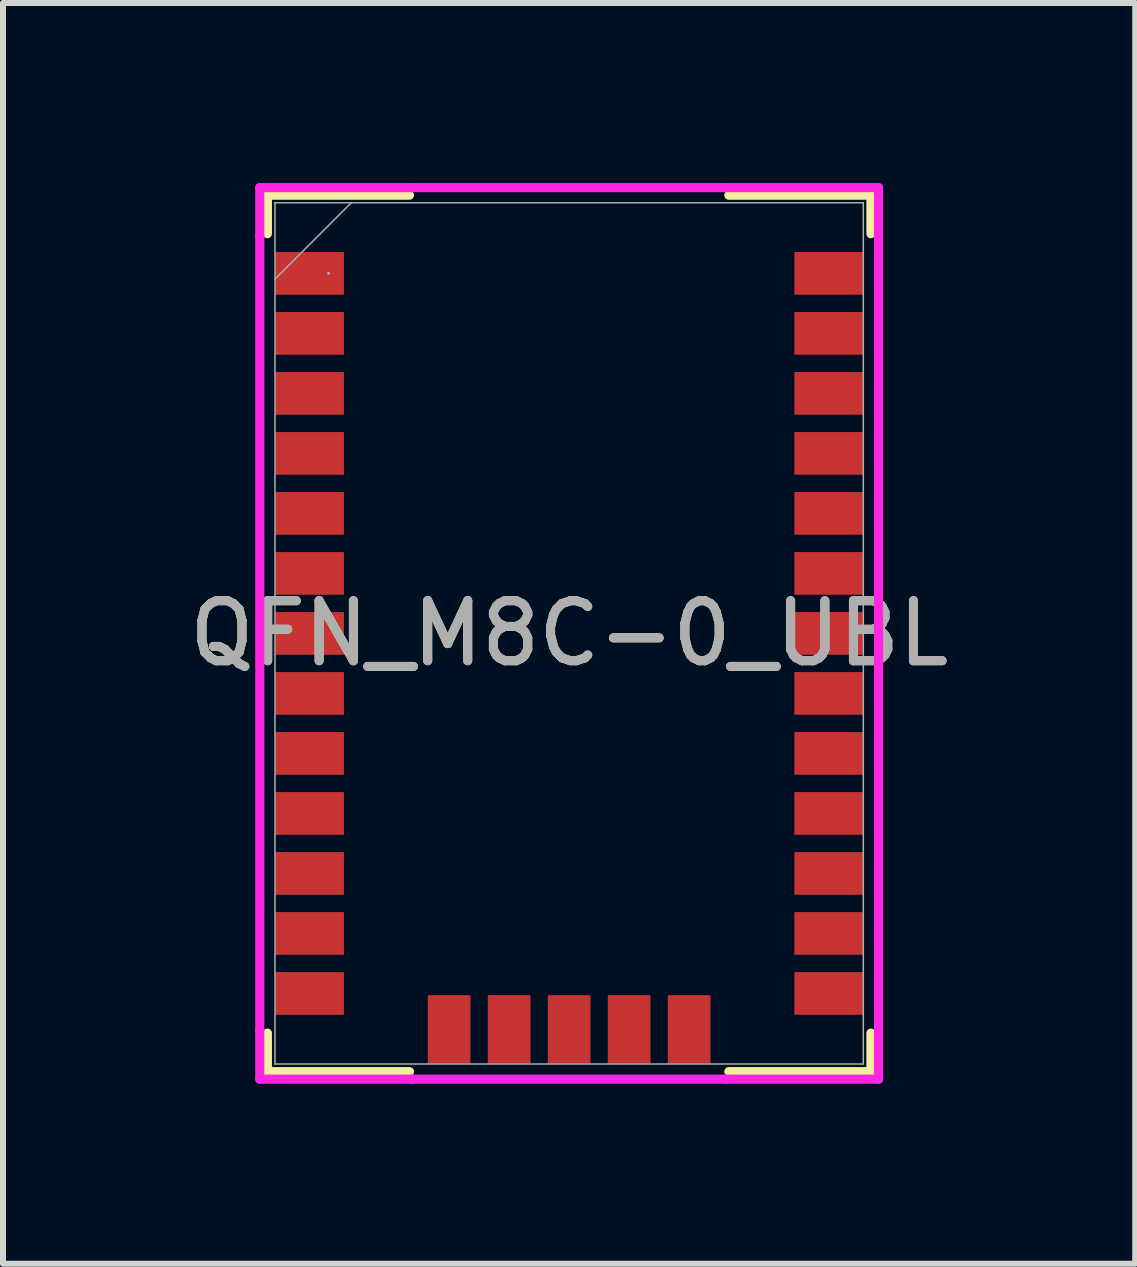
<source format=kicad_pcb>
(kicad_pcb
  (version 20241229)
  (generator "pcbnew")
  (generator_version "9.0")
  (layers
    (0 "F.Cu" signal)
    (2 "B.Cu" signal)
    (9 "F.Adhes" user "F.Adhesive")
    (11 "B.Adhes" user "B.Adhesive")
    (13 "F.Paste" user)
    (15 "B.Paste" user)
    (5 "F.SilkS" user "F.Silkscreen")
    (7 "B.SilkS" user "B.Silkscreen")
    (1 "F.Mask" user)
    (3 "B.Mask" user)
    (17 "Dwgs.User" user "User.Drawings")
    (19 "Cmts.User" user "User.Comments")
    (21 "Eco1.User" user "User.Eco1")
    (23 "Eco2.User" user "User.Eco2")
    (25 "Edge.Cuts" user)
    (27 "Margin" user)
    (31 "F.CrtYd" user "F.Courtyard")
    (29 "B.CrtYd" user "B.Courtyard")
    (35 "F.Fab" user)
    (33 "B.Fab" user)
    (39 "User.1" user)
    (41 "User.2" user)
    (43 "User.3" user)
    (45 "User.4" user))
  (footprint "QFN_M8C-0_UBL"
    (layer "F.Cu")
    (at 6.435 7.506)
    (property "Reference" "QFN_M8C-0_UBL" (at 0 0 0) (unlocked yes) (layer "F.SilkS") (effects (font (size 1 1) (thickness 0.15))))
    (attr smd)
    (fp_line (start -5.029 -7.303) (end -5.029 -6.661) (stroke (width 0.152) (type solid)) (layer "F.SilkS"))
    (fp_line (start -5.029 6.661) (end -5.029 7.303) (stroke (width 0.152) (type solid)) (layer "F.SilkS"))
    (fp_line (start -5.029 7.303) (end -2.661 7.303) (stroke (width 0.152) (type solid)) (layer "F.SilkS"))
    (fp_line (start -2.661 -7.303) (end -5.029 -7.303) (stroke (width 0.152) (type solid)) (layer "F.SilkS"))
    (fp_line (start 2.661 7.303) (end 5.029 7.303) (stroke (width 0.152) (type solid)) (layer "F.SilkS"))
    (fp_line (start 5.029 -7.303) (end 2.661 -7.303) (stroke (width 0.152) (type solid)) (layer "F.SilkS"))
    (fp_line (start 5.029 -6.661) (end 5.029 -7.303) (stroke (width 0.152) (type solid)) (layer "F.SilkS"))
    (fp_line (start 5.029 7.303) (end 5.029 6.661) (stroke (width 0.152) (type solid)) (layer "F.SilkS"))
    (fp_line (start -5.156 -7.429) (end -2.61 -7.429) (stroke (width 0.152) (type solid)) (layer "F.CrtYd"))
    (fp_line (start -5.156 -6.61) (end -5.156 -7.429) (stroke (width 0.152) (type solid)) (layer "F.CrtYd"))
    (fp_line (start -5.156 -6.61) (end -5.156 -6.61) (stroke (width 0.152) (type solid)) (layer "F.CrtYd"))
    (fp_line (start -5.156 6.61) (end -5.156 -6.61) (stroke (width 0.152) (type solid)) (layer "F.CrtYd"))
    (fp_line (start -5.156 6.61) (end -5.156 6.61) (stroke (width 0.152) (type solid)) (layer "F.CrtYd"))
    (fp_line (start -5.156 7.429) (end -5.156 6.61) (stroke (width 0.152) (type solid)) (layer "F.CrtYd"))
    (fp_line (start -2.61 -7.429) (end -2.61 -7.429) (stroke (width 0.152) (type solid)) (layer "F.CrtYd"))
    (fp_line (start -2.61 -7.429) (end 2.61 -7.429) (stroke (width 0.152) (type solid)) (layer "F.CrtYd"))
    (fp_line (start -2.61 7.429) (end -5.156 7.429) (stroke (width 0.152) (type solid)) (layer "F.CrtYd"))
    (fp_line (start -2.61 7.429) (end -2.61 7.429) (stroke (width 0.152) (type solid)) (layer "F.CrtYd"))
    (fp_line (start 2.61 -7.429) (end 2.61 -7.429) (stroke (width 0.152) (type solid)) (layer "F.CrtYd"))
    (fp_line (start 2.61 -7.429) (end 5.156 -7.429) (stroke (width 0.152) (type solid)) (layer "F.CrtYd"))
    (fp_line (start 2.61 7.429) (end -2.61 7.429) (stroke (width 0.152) (type solid)) (layer "F.CrtYd"))
    (fp_line (start 2.61 7.429) (end 2.61 7.429) (stroke (width 0.152) (type solid)) (layer "F.CrtYd"))
    (fp_line (start 5.156 -7.429) (end 5.156 -6.61) (stroke (width 0.152) (type solid)) (layer "F.CrtYd"))
    (fp_line (start 5.156 -6.61) (end 5.156 -6.61) (stroke (width 0.152) (type solid)) (layer "F.CrtYd"))
    (fp_line (start 5.156 -6.61) (end 5.156 6.61) (stroke (width 0.152) (type solid)) (layer "F.CrtYd"))
    (fp_line (start 5.156 6.61) (end 5.156 6.61) (stroke (width 0.152) (type solid)) (layer "F.CrtYd"))
    (fp_line (start 5.156 6.61) (end 5.156 7.429) (stroke (width 0.152) (type solid)) (layer "F.CrtYd"))
    (fp_line (start 5.156 7.429) (end 2.61 7.429) (stroke (width 0.152) (type solid)) (layer "F.CrtYd"))
    (fp_line (start -4.902 -7.176) (end -4.902 7.176) (stroke (width 0.025) (type solid)) (layer "F.Fab"))
    (fp_line (start -4.902 -5.905) (end -3.632 -7.176) (stroke (width 0.025) (type solid)) (layer "F.Fab"))
    (fp_line (start -4.902 7.176) (end 4.902 7.176) (stroke (width 0.025) (type solid)) (layer "F.Fab"))
    (fp_line (start 4.902 -7.176) (end -4.902 -7.176) (stroke (width 0.025) (type solid)) (layer "F.Fab"))
    (fp_line (start 4.902 7.176) (end 4.902 -7.176) (stroke (width 0.025) (type solid)) (layer "F.Fab"))
    (fp_circle (center -4.008 -6) (end -4.008 -6) (stroke (width 0.025) (type solid)) (fill no) (layer "F.Fab"))
    (fp_text user "${REFERENCE}" (at 0 0 0) (unlocked yes) (layer "F.Fab") (effects (font (size 1 1) (thickness 0.15))))
    (pad "1" smd rect (at 4.325 6) (size 1.143 0.711) (layers "F.Cu" "F.Mask" "F.Paste"))
    (pad "2" smd rect (at 4.325 5) (size 1.143 0.711) (layers "F.Cu" "F.Mask" "F.Paste"))
    (pad "3" smd rect (at 4.325 4) (size 1.143 0.711) (layers "F.Cu" "F.Mask" "F.Paste"))
    (pad "4" smd rect (at 4.325 3) (size 1.143 0.711) (layers "F.Cu" "F.Mask" "F.Paste"))
    (pad "5" smd rect (at 4.325 2) (size 1.143 0.711) (layers "F.Cu" "F.Mask" "F.Paste"))
    (pad "6" smd rect (at 4.325 1) (size 1.143 0.711) (layers "F.Cu" "F.Mask" "F.Paste"))
    (pad "7" smd rect (at 4.325 0) (size 1.143 0.711) (layers "F.Cu" "F.Mask" "F.Paste"))
    (pad "8" smd rect (at 4.325 -1) (size 1.143 0.711) (layers "F.Cu" "F.Mask" "F.Paste"))
    (pad "9" smd rect (at 4.325 -2) (size 1.143 0.711) (layers "F.Cu" "F.Mask" "F.Paste"))
    (pad "10" smd rect (at 4.325 -3) (size 1.143 0.711) (layers "F.Cu" "F.Mask" "F.Paste"))
    (pad "11" smd rect (at 4.325 -4) (size 1.143 0.711) (layers "F.Cu" "F.Mask" "F.Paste"))
    (pad "12" smd rect (at 4.325 -5) (size 1.143 0.711) (layers "F.Cu" "F.Mask" "F.Paste"))
    (pad "13" smd rect (at 4.325 -6) (size 1.143 0.711) (layers "F.Cu" "F.Mask" "F.Paste"))
    (pad "14" smd rect (at -4.325 -6) (size 1.143 0.711) (layers "F.Cu" "F.Mask" "F.Paste"))
    (pad "15" smd rect (at -4.325 -5) (size 1.143 0.711) (layers "F.Cu" "F.Mask" "F.Paste"))
    (pad "16" smd rect (at -4.325 -4) (size 1.143 0.711) (layers "F.Cu" "F.Mask" "F.Paste"))
    (pad "17" smd rect (at -4.325 -3) (size 1.143 0.711) (layers "F.Cu" "F.Mask" "F.Paste"))
    (pad "18" smd rect (at -4.325 -2) (size 1.143 0.711) (layers "F.Cu" "F.Mask" "F.Paste"))
    (pad "19" smd rect (at -4.325 -1) (size 1.143 0.711) (layers "F.Cu" "F.Mask" "F.Paste"))
    (pad "20" smd rect (at -4.325 0) (size 1.143 0.711) (layers "F.Cu" "F.Mask" "F.Paste"))
    (pad "21" smd rect (at -4.325 1) (size 1.143 0.711) (layers "F.Cu" "F.Mask" "F.Paste"))
    (pad "22" smd rect (at -4.325 2) (size 1.143 0.711) (layers "F.Cu" "F.Mask" "F.Paste"))
    (pad "23" smd rect (at -4.325 3) (size 1.143 0.711) (layers "F.Cu" "F.Mask" "F.Paste"))
    (pad "24" smd rect (at -4.325 4) (size 1.143 0.711) (layers "F.Cu" "F.Mask" "F.Paste"))
    (pad "25" smd rect (at -4.325 5) (size 1.143 0.711) (layers "F.Cu" "F.Mask" "F.Paste"))
    (pad "26" smd rect (at -4.325 6) (size 1.143 0.711) (layers "F.Cu" "F.Mask" "F.Paste"))
    (pad "27" smd rect (at -2 6.6 90) (size 1.143 0.711) (layers "F.Cu" "F.Mask" "F.Paste"))
    (pad "28" smd rect (at -1 6.6 90) (size 1.143 0.711) (layers "F.Cu" "F.Mask" "F.Paste"))
    (pad "29" smd rect (at 0 6.6 90) (size 1.143 0.711) (layers "F.Cu" "F.Mask" "F.Paste"))
    (pad "30" smd rect (at 1 6.6 90) (size 1.143 0.711) (layers "F.Cu" "F.Mask" "F.Paste"))
    (pad "31" smd rect (at 2 6.6 90) (size 1.143 0.711) (layers "F.Cu" "F.Mask" "F.Paste")))
  (gr_rect
    (start -3 -3)
    (end 15.869 18.011)
    (stroke (width 0.1) (type default))
    (fill no)
    (layer "Edge.Cuts")))
</source>
